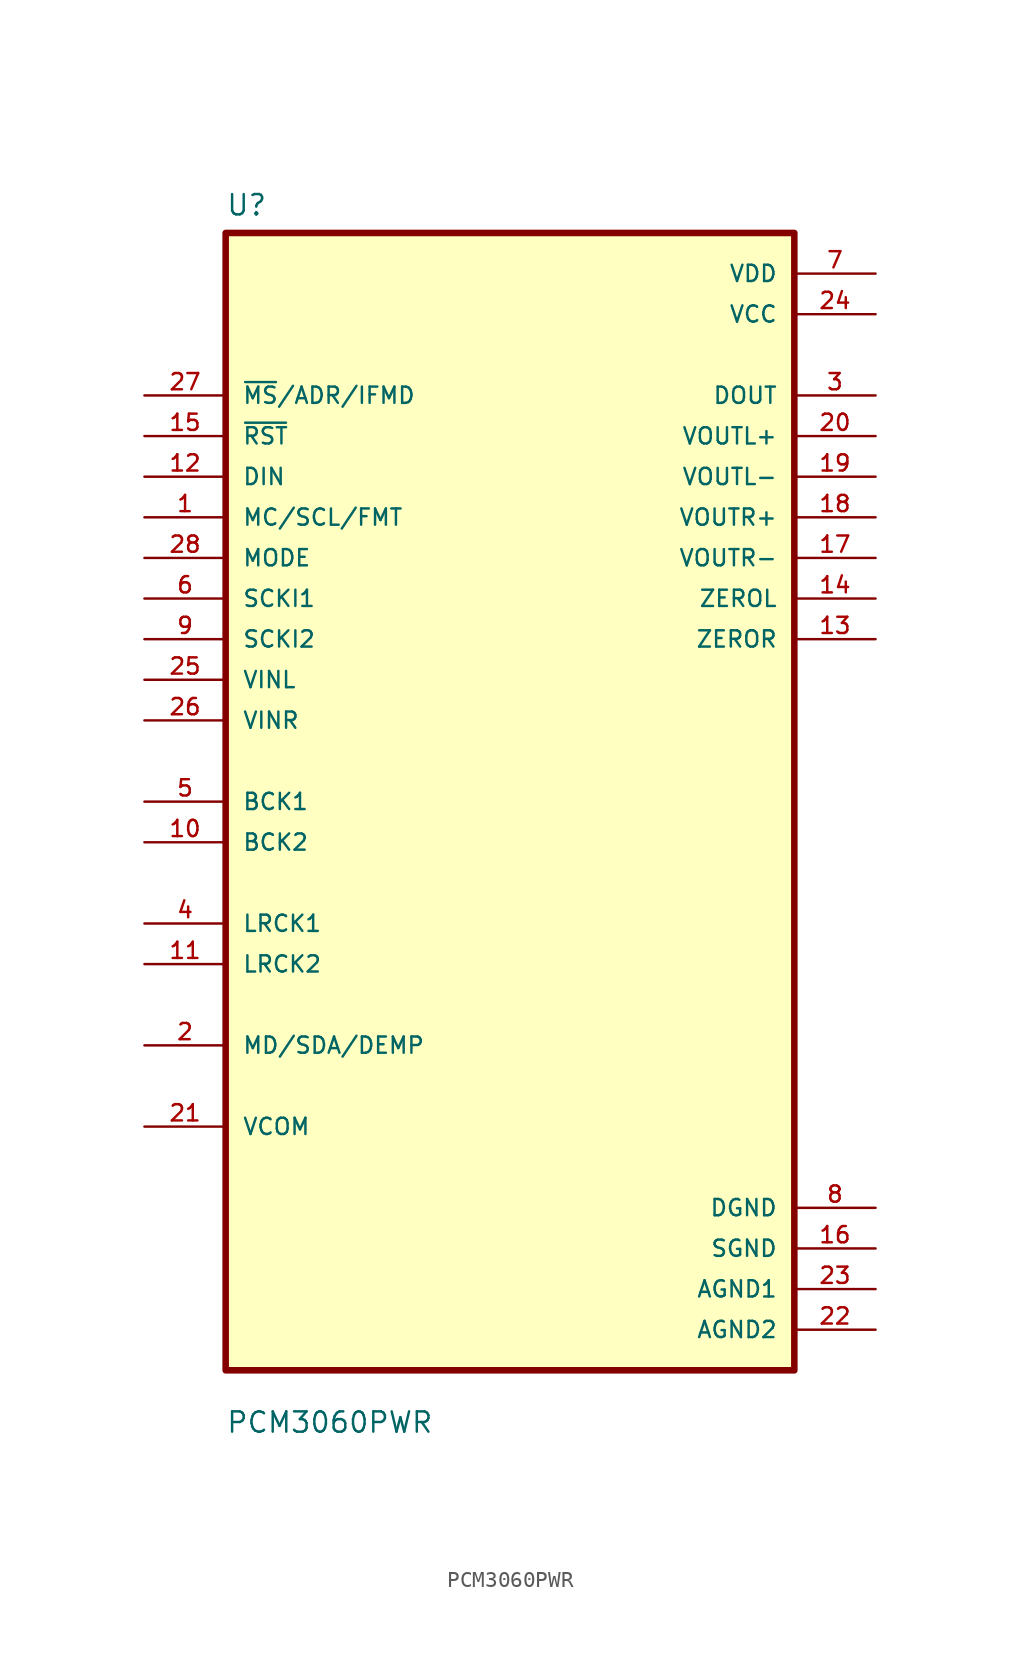
<source format=kicad_sym>
(kicad_symbol_lib
  (version 20241209)
  (generator "kicad_symbol_editor")
  (generator_version "9.0")
  (symbol "PCM3060PWR"
    (pin_names
      (offset 1.016))
    (property "Reference" "U"
      (at -17.78 36.56 0)
      (effects (font (size 1.27 1.27)) (justify left bottom)))
    (property "Value" "PCM3060PWR"
      (at -17.78 -39.56 0)
      (effects (font (size 1.27 1.27)) (justify left bottom)))
    (symbol "PCM3060PWR_0_0"
      (rectangle (start -17.78 -35.56) (end 17.78 35.56) (stroke (width 0.41) (type default)) (fill (type background)))
      (pin input line (at -22.86 25.4 0) (length 5.08) (name "~{MS}/ADR/IFMD" (effects (font (size 1.016 1.016)))) (number "27" (effects (font (size 1.016 1.016)))))
      (pin input line (at -22.86 22.86 0) (length 5.08) (name "~{RST}" (effects (font (size 1.016 1.016)))) (number "15" (effects (font (size 1.016 1.016)))))
      (pin input line (at -22.86 20.32 0) (length 5.08) (name "DIN" (effects (font (size 1.016 1.016)))) (number "12" (effects (font (size 1.016 1.016)))))
      (pin input line (at -22.86 17.78 0) (length 5.08) (name "MC/SCL/FMT" (effects (font (size 1.016 1.016)))) (number "1" (effects (font (size 1.016 1.016)))))
      (pin input line (at -22.86 15.24 0) (length 5.08) (name "MODE" (effects (font (size 1.016 1.016)))) (number "28" (effects (font (size 1.016 1.016)))))
      (pin input line (at -22.86 12.7 0) (length 5.08) (name "SCKI1" (effects (font (size 1.016 1.016)))) (number "6" (effects (font (size 1.016 1.016)))))
      (pin input line (at -22.86 10.16 0) (length 5.08) (name "SCKI2" (effects (font (size 1.016 1.016)))) (number "9" (effects (font (size 1.016 1.016)))))
      (pin input line (at -22.86 7.62 0) (length 5.08) (name "VINL" (effects (font (size 1.016 1.016)))) (number "25" (effects (font (size 1.016 1.016)))))
      (pin input line (at -22.86 5.08 0) (length 5.08) (name "VINR" (effects (font (size 1.016 1.016)))) (number "26" (effects (font (size 1.016 1.016)))))
      (pin bidirectional line (at -22.86 0 0) (length 5.08) (name "BCK1" (effects (font (size 1.016 1.016)))) (number "5" (effects (font (size 1.016 1.016)))))
      (pin bidirectional line (at -22.86 -2.54 0) (length 5.08) (name "BCK2" (effects (font (size 1.016 1.016)))) (number "10" (effects (font (size 1.016 1.016)))))
      (pin bidirectional line (at -22.86 -7.62 0) (length 5.08) (name "LRCK1" (effects (font (size 1.016 1.016)))) (number "4" (effects (font (size 1.016 1.016)))))
      (pin bidirectional line (at -22.86 -10.16 0) (length 5.08) (name "LRCK2" (effects (font (size 1.016 1.016)))) (number "11" (effects (font (size 1.016 1.016)))))
      (pin bidirectional line (at -22.86 -15.24 0) (length 5.08) (name "MD/SDA/DEMP" (effects (font (size 1.016 1.016)))) (number "2" (effects (font (size 1.016 1.016)))))
      (pin bidirectional line (at -22.86 -20.32 0) (length 5.08) (name "VCOM" (effects (font (size 1.016 1.016)))) (number "21" (effects (font (size 1.016 1.016)))))
      (pin power_in line (at 22.86 33.02 180) (length 5.08) (name "VDD" (effects (font (size 1.016 1.016)))) (number "7" (effects (font (size 1.016 1.016)))))
      (pin power_in line (at 22.86 30.48 180) (length 5.08) (name "VCC" (effects (font (size 1.016 1.016)))) (number "24" (effects (font (size 1.016 1.016)))))
      (pin output line (at 22.86 25.4 180) (length 5.08) (name "DOUT" (effects (font (size 1.016 1.016)))) (number "3" (effects (font (size 1.016 1.016)))))
      (pin output line (at 22.86 22.86 180) (length 5.08) (name "VOUTL+" (effects (font (size 1.016 1.016)))) (number "20" (effects (font (size 1.016 1.016)))))
      (pin output line (at 22.86 20.32 180) (length 5.08) (name "VOUTL-" (effects (font (size 1.016 1.016)))) (number "19" (effects (font (size 1.016 1.016)))))
      (pin output line (at 22.86 17.78 180) (length 5.08) (name "VOUTR+" (effects (font (size 1.016 1.016)))) (number "18" (effects (font (size 1.016 1.016)))))
      (pin output line (at 22.86 15.24 180) (length 5.08) (name "VOUTR-" (effects (font (size 1.016 1.016)))) (number "17" (effects (font (size 1.016 1.016)))))
      (pin output line (at 22.86 12.7 180) (length 5.08) (name "ZEROL" (effects (font (size 1.016 1.016)))) (number "14" (effects (font (size 1.016 1.016)))))
      (pin output line (at 22.86 10.16 180) (length 5.08) (name "ZEROR" (effects (font (size 1.016 1.016)))) (number "13" (effects (font (size 1.016 1.016)))))
      (pin power_in line (at 22.86 -25.4 180) (length 5.08) (name "DGND" (effects (font (size 1.016 1.016)))) (number "8" (effects (font (size 1.016 1.016)))))
      (pin power_in line (at 22.86 -27.94 180) (length 5.08) (name "SGND" (effects (font (size 1.016 1.016)))) (number "16" (effects (font (size 1.016 1.016)))))
      (pin power_in line (at 22.86 -30.48 180) (length 5.08) (name "AGND1" (effects (font (size 1.016 1.016)))) (number "23" (effects (font (size 1.016 1.016)))))
      (pin power_in line (at 22.86 -33.02 180) (length 5.08) (name "AGND2" (effects (font (size 1.016 1.016)))) (number "22" (effects (font (size 1.016 1.016))))))))
</source>
